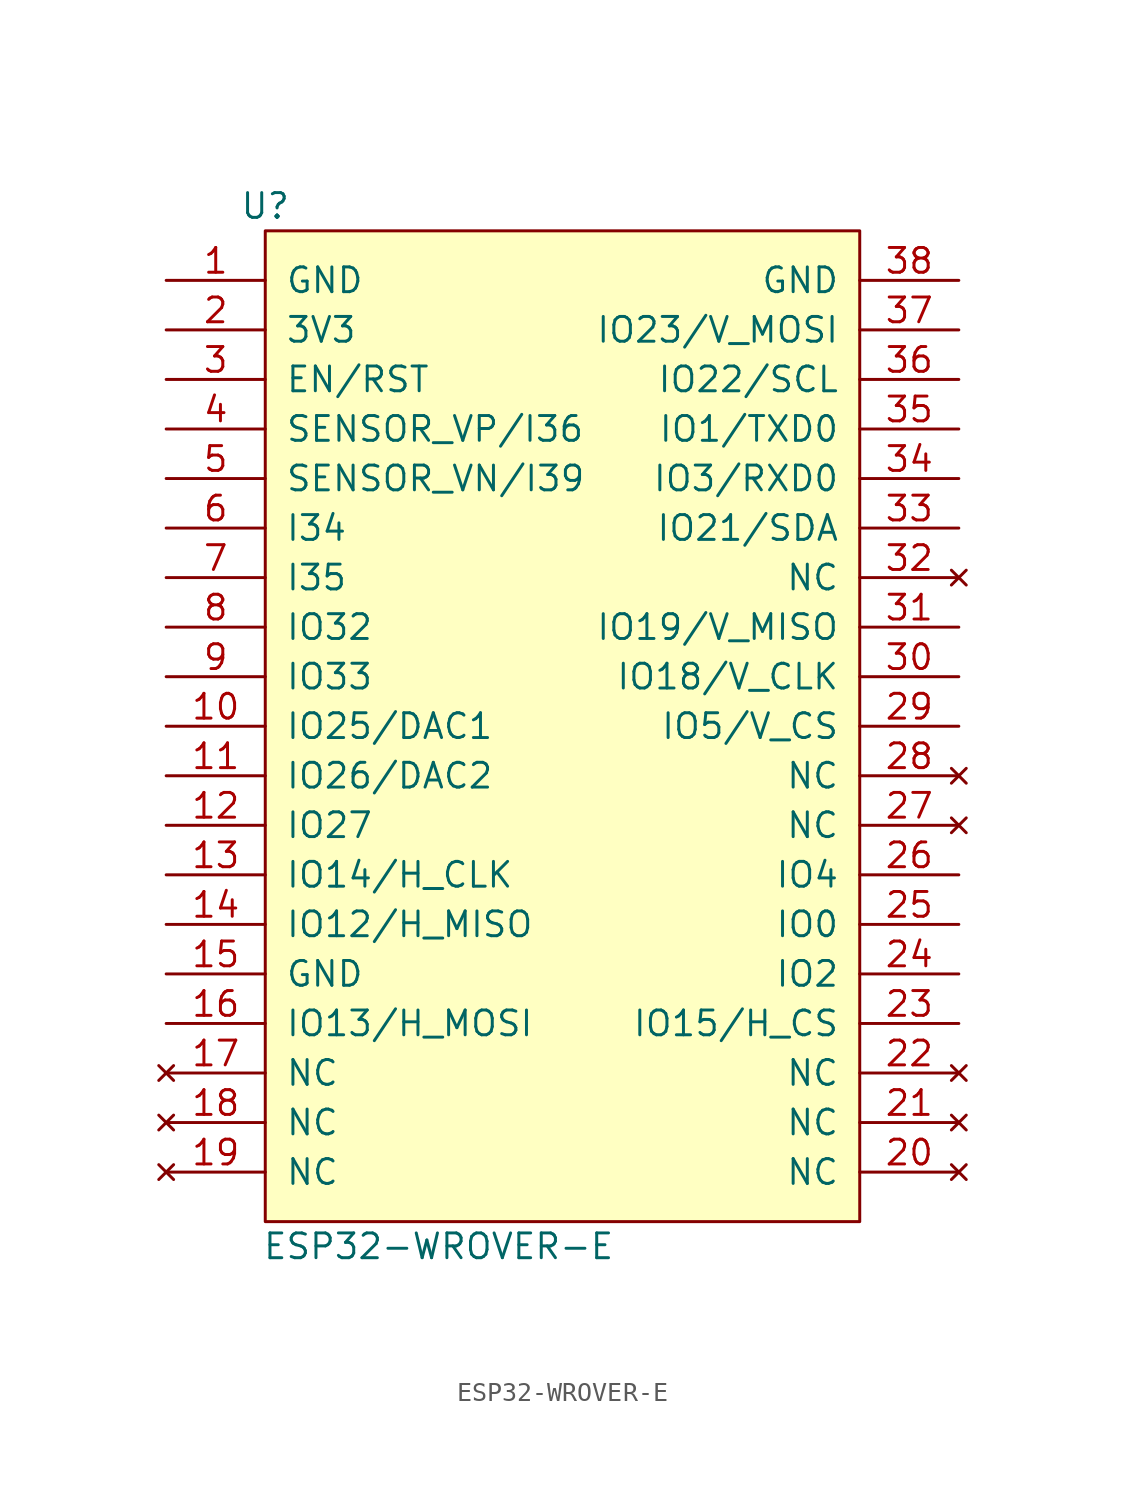
<source format=kicad_sym>
(kicad_symbol_lib
  (version 20241209)
  (generator "kicad_symbol_editor")
  (generator_version "9.0")
  (symbol "ESP32-WROVER-E"
    (pin_names
      (offset 1.016))
    (property "Reference" "U"
      (at -15.24 26.67 0)
      (effects (font (size 1.27 1.27))))
    (property "Value" "ESP32-WROVER-E"
      (at -6.35 -26.67 0)
      (effects (font (size 1.27 1.27))))
    (symbol "ESP32-WROVER-E_0_1"
      (rectangle (start -15.24 25.4) (end 15.24 -25.4) (stroke (width 0) (type solid)) (fill (type background))))
    (symbol "ESP32-WROVER-E_1_1"
      (pin power_in line (at -20.32 22.86 0) (length 5.08) (name "GND" (effects (font (size 1.27 1.27)))) (number "1" (effects (font (size 1.27 1.27)))))
      (pin power_in line (at -20.32 20.32 0) (length 5.08) (name "3V3" (effects (font (size 1.27 1.27)))) (number "2" (effects (font (size 1.27 1.27)))))
      (pin input line (at -20.32 17.78 0) (length 5.08) (name "EN/RST" (effects (font (size 1.27 1.27)))) (number "3" (effects (font (size 1.27 1.27)))))
      (pin input line (at -20.32 15.24 0) (length 5.08) (name "SENSOR_VP/I36" (effects (font (size 1.27 1.27)))) (number "4" (effects (font (size 1.27 1.27)))))
      (pin input line (at -20.32 12.7 0) (length 5.08) (name "SENSOR_VN/I39" (effects (font (size 1.27 1.27)))) (number "5" (effects (font (size 1.27 1.27)))))
      (pin input line (at -20.32 10.16 0) (length 5.08) (name "I34" (effects (font (size 1.27 1.27)))) (number "6" (effects (font (size 1.27 1.27)))))
      (pin input line (at -20.32 7.62 0) (length 5.08) (name "I35" (effects (font (size 1.27 1.27)))) (number "7" (effects (font (size 1.27 1.27)))))
      (pin bidirectional line (at -20.32 5.08 0) (length 5.08) (name "IO32" (effects (font (size 1.27 1.27)))) (number "8" (effects (font (size 1.27 1.27)))))
      (pin bidirectional line (at -20.32 2.54 0) (length 5.08) (name "IO33" (effects (font (size 1.27 1.27)))) (number "9" (effects (font (size 1.27 1.27)))))
      (pin bidirectional line (at -20.32 0 0) (length 5.08) (name "IO25/DAC1" (effects (font (size 1.27 1.27)))) (number "10" (effects (font (size 1.27 1.27)))))
      (pin bidirectional line (at -20.32 -2.54 0) (length 5.08) (name "IO26/DAC2" (effects (font (size 1.27 1.27)))) (number "11" (effects (font (size 1.27 1.27)))))
      (pin bidirectional line (at -20.32 -5.08 0) (length 5.08) (name "IO27" (effects (font (size 1.27 1.27)))) (number "12" (effects (font (size 1.27 1.27)))))
      (pin bidirectional line (at -20.32 -7.62 0) (length 5.08) (name "IO14/H_CLK" (effects (font (size 1.27 1.27)))) (number "13" (effects (font (size 1.27 1.27)))))
      (pin bidirectional line (at -20.32 -10.16 0) (length 5.08) (name "IO12/H_MISO" (effects (font (size 1.27 1.27)))) (number "14" (effects (font (size 1.27 1.27)))))
      (pin power_in line (at -20.32 -12.7 0) (length 5.08) (name "GND" (effects (font (size 1.27 1.27)))) (number "15" (effects (font (size 1.27 1.27)))))
      (pin bidirectional line (at -20.32 -15.24 0) (length 5.08) (name "IO13/H_MOSI" (effects (font (size 1.27 1.27)))) (number "16" (effects (font (size 1.27 1.27)))))
      (pin no_connect line (at -20.32 -17.78 0) (length 5.08) (name "NC" (effects (font (size 1.27 1.27)))) (number "17" (effects (font (size 1.27 1.27)))))
      (pin no_connect line (at -20.32 -20.32 0) (length 5.08) (name "NC" (effects (font (size 1.27 1.27)))) (number "18" (effects (font (size 1.27 1.27)))))
      (pin no_connect line (at -20.32 -22.86 0) (length 5.08) (name "NC" (effects (font (size 1.27 1.27)))) (number "19" (effects (font (size 1.27 1.27)))))
      (pin power_in line (at 20.32 22.86 180) (length 5.08) (name "GND" (effects (font (size 1.27 1.27)))) (number "38" (effects (font (size 1.27 1.27)))))
      (pin bidirectional line (at 20.32 20.32 180) (length 5.08) (name "IO23/V_MOSI" (effects (font (size 1.27 1.27)))) (number "37" (effects (font (size 1.27 1.27)))))
      (pin bidirectional line (at 20.32 17.78 180) (length 5.08) (name "IO22/SCL" (effects (font (size 1.27 1.27)))) (number "36" (effects (font (size 1.27 1.27)))))
      (pin bidirectional line (at 20.32 15.24 180) (length 5.08) (name "IO1/TXD0" (effects (font (size 1.27 1.27)))) (number "35" (effects (font (size 1.27 1.27)))))
      (pin bidirectional line (at 20.32 12.7 180) (length 5.08) (name "IO3/RXD0" (effects (font (size 1.27 1.27)))) (number "34" (effects (font (size 1.27 1.27)))))
      (pin bidirectional line (at 20.32 10.16 180) (length 5.08) (name "IO21/SDA" (effects (font (size 1.27 1.27)))) (number "33" (effects (font (size 1.27 1.27)))))
      (pin no_connect line (at 20.32 7.62 180) (length 5.08) (name "NC" (effects (font (size 1.27 1.27)))) (number "32" (effects (font (size 1.27 1.27)))))
      (pin bidirectional line (at 20.32 5.08 180) (length 5.08) (name "IO19/V_MISO" (effects (font (size 1.27 1.27)))) (number "31" (effects (font (size 1.27 1.27)))))
      (pin bidirectional line (at 20.32 2.54 180) (length 5.08) (name "IO18/V_CLK" (effects (font (size 1.27 1.27)))) (number "30" (effects (font (size 1.27 1.27)))))
      (pin bidirectional line (at 20.32 0 180) (length 5.08) (name "IO5/V_CS" (effects (font (size 1.27 1.27)))) (number "29" (effects (font (size 1.27 1.27)))))
      (pin no_connect line (at 20.32 -2.54 180) (length 5.08) (name "NC" (effects (font (size 1.27 1.27)))) (number "28" (effects (font (size 1.27 1.27)))))
      (pin no_connect line (at 20.32 -5.08 180) (length 5.08) (name "NC" (effects (font (size 1.27 1.27)))) (number "27" (effects (font (size 1.27 1.27)))))
      (pin bidirectional line (at 20.32 -7.62 180) (length 5.08) (name "IO4" (effects (font (size 1.27 1.27)))) (number "26" (effects (font (size 1.27 1.27)))))
      (pin bidirectional line (at 20.32 -10.16 180) (length 5.08) (name "IO0" (effects (font (size 1.27 1.27)))) (number "25" (effects (font (size 1.27 1.27)))))
      (pin bidirectional line (at 20.32 -12.7 180) (length 5.08) (name "IO2" (effects (font (size 1.27 1.27)))) (number "24" (effects (font (size 1.27 1.27)))))
      (pin bidirectional line (at 20.32 -15.24 180) (length 5.08) (name "IO15/H_CS" (effects (font (size 1.27 1.27)))) (number "23" (effects (font (size 1.27 1.27)))))
      (pin no_connect line (at 20.32 -17.78 180) (length 5.08) (name "NC" (effects (font (size 1.27 1.27)))) (number "22" (effects (font (size 1.27 1.27)))))
      (pin no_connect line (at 20.32 -20.32 180) (length 5.08) (name "NC" (effects (font (size 1.27 1.27)))) (number "21" (effects (font (size 1.27 1.27)))))
      (pin no_connect line (at 20.32 -22.86 180) (length 5.08) (name "NC" (effects (font (size 1.27 1.27)))) (number "20" (effects (font (size 1.27 1.27))))))))
</source>
